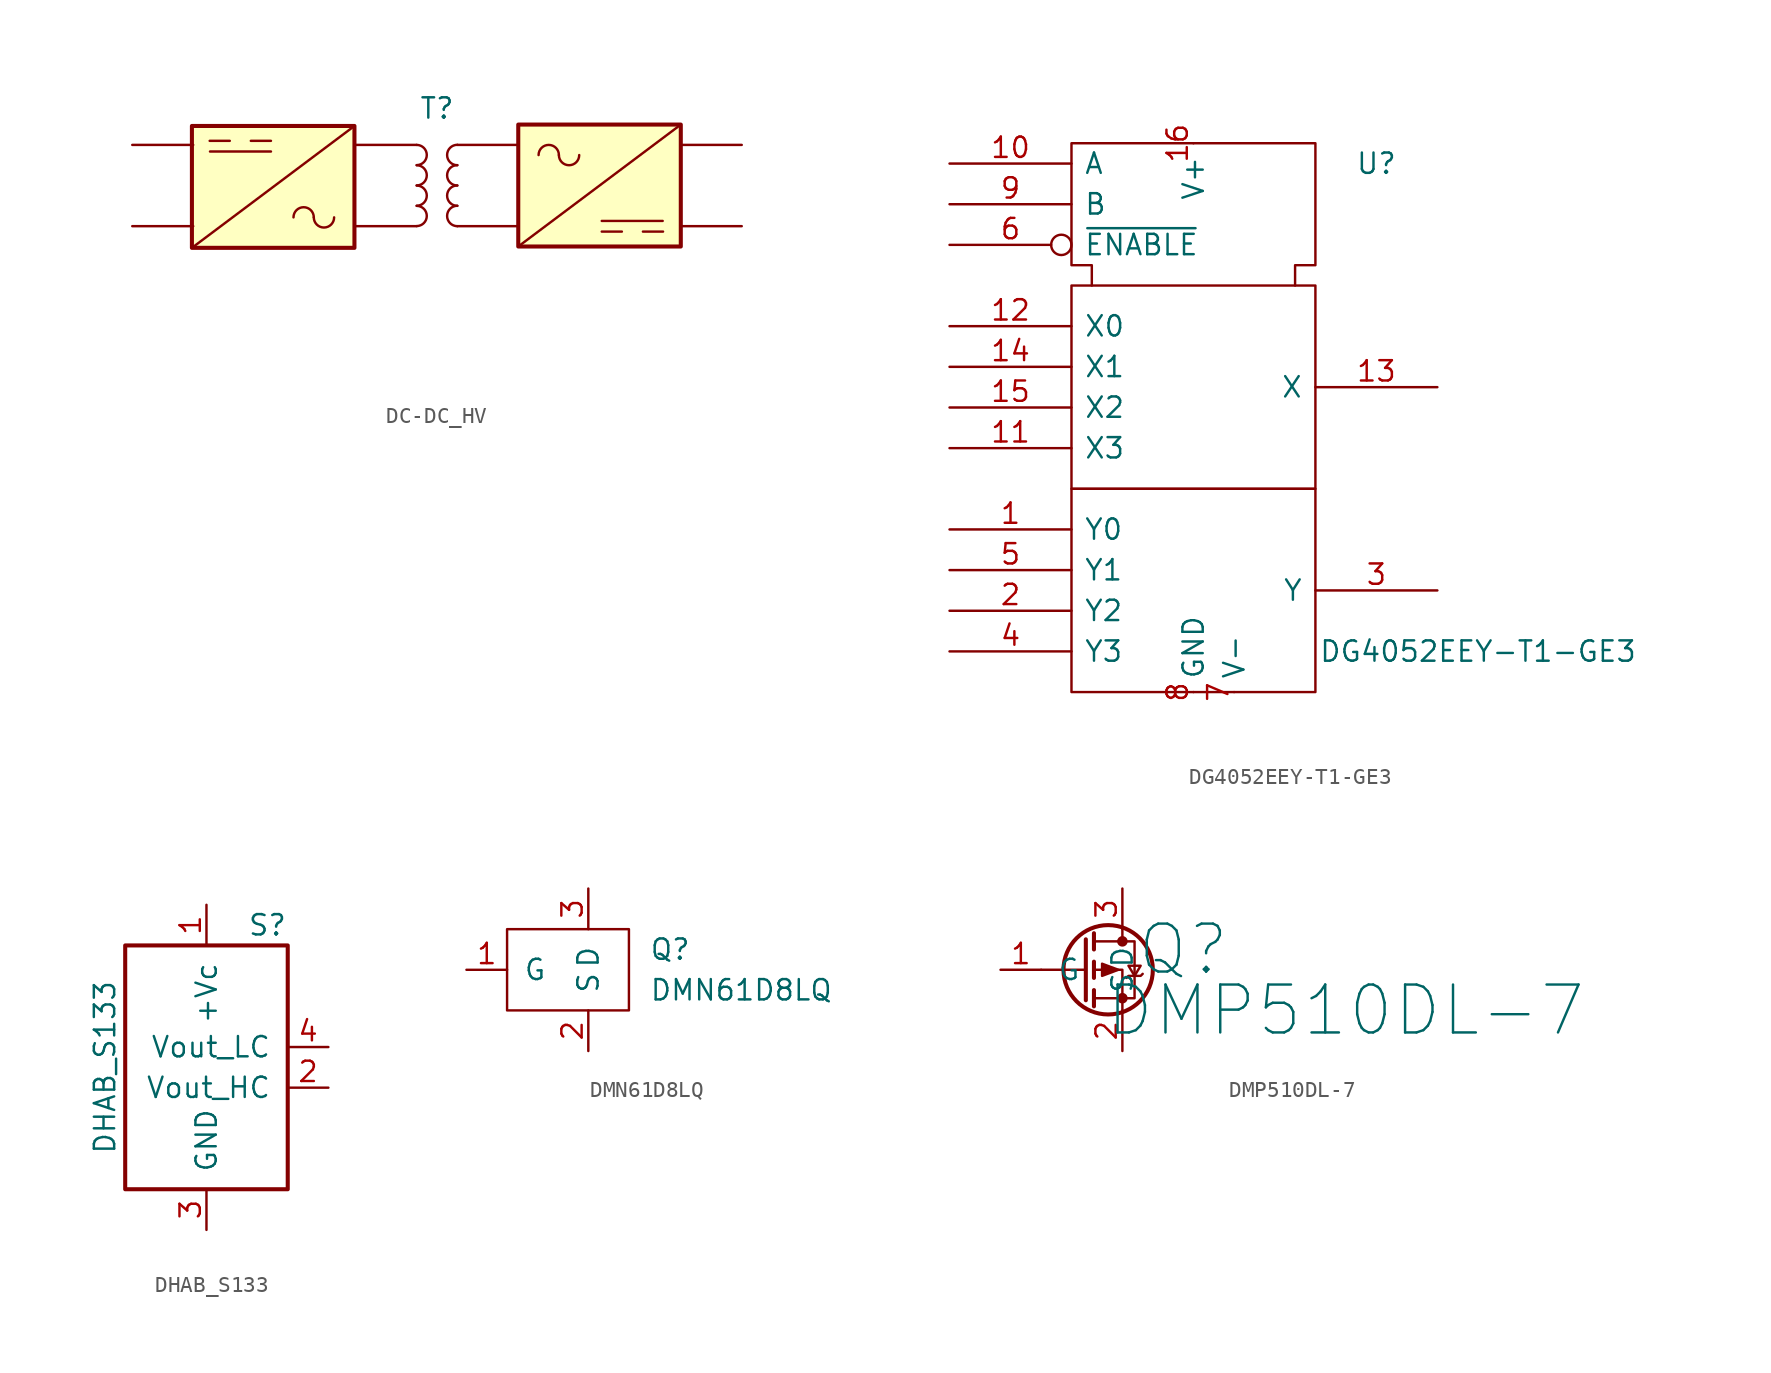
<source format=kicad_sym>
(kicad_symbol_lib
  (version 20231120)
  (generator "kicad_symbol_editor")
  (generator_version "8.0")
  (symbol "DC-DC_HV"
    (property "Reference" "T"
      (at 19.05 16.256 0)
      (effects (font (size 1.27 1.27))))
    (property "Value" ""
      (at 0 0 0)
      (effects (font (size 1.27 1.27))))
    (symbol "DC-DC_HV_0_0"
      (rectangle (start 3.729 15.155) (end 13.889 7.535) (stroke (width 0.254) (type default)) (fill (type background)))
      (rectangle (start 24.13 15.24) (end 34.29 7.62) (stroke (width 0.254) (type default)) (fill (type background))))
    (symbol "DC-DC_HV_0_1"
      (polyline (pts (xy 8.67 13.557) (xy 4.86 13.557)) (stroke (width 0) (type default)) (fill (type none)))
      (polyline (pts (xy 13.97 8.89) (xy 17.78 8.89)) (stroke (width 0) (type default)) (fill (type none)))
      (polyline (pts (xy 13.97 13.97) (xy 17.78 13.97)) (stroke (width 0) (type default)) (fill (type none)))
      (polyline (pts (xy 20.32 8.89) (xy 24.13 8.89)) (stroke (width 0) (type default)) (fill (type none)))
      (polyline (pts (xy 20.32 13.97) (xy 24.13 13.97)) (stroke (width 0) (type default)) (fill (type none)))
      (polyline (pts (xy 29.349 9.218) (xy 33.158 9.218)) (stroke (width 0) (type default)) (fill (type none)))
      (polyline (pts (xy 13.889 15.155) (xy 3.729 7.535) (xy 13.889 15.155)) (stroke (width 0) (type default)) (fill (type none)))
      (polyline (pts (xy 24.13 7.62) (xy 34.29 15.24) (xy 24.13 7.62)) (stroke (width 0) (type default)) (fill (type none)))
      (arc (start 11.3486 9.4399) (mid 10.7136 10.0749) (end 10.0786 9.4399) (stroke (width 0) (type default)) (fill (type none)))
      (arc (start 11.3486 9.4399) (mid 11.9836 8.8049) (end 12.6186 9.4399) (stroke (width 0) (type default)) (fill (type none)))
      (arc (start 17.78 8.89) (mid 18.415 9.525) (end 17.78 10.16) (stroke (width 0) (type default)) (fill (type none)))
      (arc (start 17.78 10.16) (mid 18.415 10.795) (end 17.78 11.43) (stroke (width 0) (type default)) (fill (type none)))
      (arc (start 17.78 11.43) (mid 18.415 12.065) (end 17.78 12.7) (stroke (width 0) (type default)) (fill (type none)))
      (arc (start 17.78 12.7) (mid 18.415 13.335) (end 17.78 13.97) (stroke (width 0) (type default)) (fill (type none)))
      (arc (start 20.32 10.16) (mid 19.685 9.525) (end 20.32 8.89) (stroke (width 0) (type default)) (fill (type none)))
      (arc (start 20.32 11.43) (mid 19.685 10.795) (end 20.32 10.16) (stroke (width 0) (type default)) (fill (type none)))
      (arc (start 20.32 12.7) (mid 19.685 12.065) (end 20.32 11.43) (stroke (width 0) (type default)) (fill (type none)))
      (arc (start 20.32 13.97) (mid 19.685 13.335) (end 20.32 12.7) (stroke (width 0) (type default)) (fill (type none)))
      (arc (start 26.67 13.335) (mid 26.035 13.97) (end 25.4 13.335) (stroke (width 0) (type default)) (fill (type none)))
      (arc (start 26.67 13.335) (mid 27.305 12.7) (end 27.94 13.335) (stroke (width 0) (type default)) (fill (type none))))
    (symbol "DC-DC_HV_1_0"
      (pin output line (at 0 8.89 0) (length 3.81) (name "" (effects (font (size 1.016 1.016)))) (number "" (effects (font (size 1.016 1.016)))))
      (pin output line (at 0 13.97 0) (length 3.81) (name "" (effects (font (size 1.016 1.016)))) (number "" (effects (font (size 1.016 1.016)))))
      (pin output line (at 38.1 8.89 180) (length 3.81) (name "" (effects (font (size 1.016 1.016)))) (number "" (effects (font (size 1.016 1.016)))))
      (pin output line (at 38.1 13.97 180) (length 3.81) (name "" (effects (font (size 1.016 1.016)))) (number "" (effects (font (size 1.016 1.016))))))
    (symbol "DC-DC_HV_1_1"
      (polyline (pts (xy 6.096 14.224) (xy 4.839 14.224)) (stroke (width 0) (type default)) (fill (type none)))
      (polyline (pts (xy 8.67 14.224) (xy 7.412 14.224)) (stroke (width 0) (type default)) (fill (type none)))
      (polyline (pts (xy 29.349 8.551) (xy 30.606 8.551)) (stroke (width 0) (type default)) (fill (type none)))
      (polyline (pts (xy 31.923 8.551) (xy 33.18 8.551)) (stroke (width 0) (type default)) (fill (type none)))))
  (symbol "DG4052EEY-T1-GE3"
    (pin_names
      (offset 0.762))
    (property "Reference" "U"
      (at 11.43 15.24 0)
      (effects (font (size 1.27 1.27))))
    (property "Value" "DG4052EEY-T1-GE3"
      (at 17.78 -15.24 0)
      (effects (font (size 1.27 1.27))))
    (symbol "DG4052EEY-T1-GE3_0_0"
      (pin power_in line (at 0 16.51 270) (length 0) (name "V+" (effects (font (size 1.27 1.27)))) (number "16" (effects (font (size 1.27 1.27)))))
      (pin power_in line (at 2.54 -17.78 90) (length 0) (name "V-" (effects (font (size 1.27 1.27)))) (number "7" (effects (font (size 1.27 1.27)))))
      (pin power_in line (at 0 -17.78 90) (length 0) (name "GND" (effects (font (size 1.27 1.27)))) (number "8" (effects (font (size 1.27 1.27))))))
    (symbol "DG4052EEY-T1-GE3_0_1"
      (rectangle (start -7.62 -5.08) (end 7.62 -17.78) (stroke (width 0) (type default)) (fill (type none)))
      (rectangle (start -7.62 7.62) (end 7.62 -5.08) (stroke (width 0) (type default)) (fill (type none)))
      (polyline (pts (xy -6.35 7.62) (xy -6.35 8.89) (xy -7.62 8.89) (xy -7.62 16.51) (xy 7.62 16.51) (xy 7.62 8.89) (xy 6.35 8.89) (xy 6.35 7.62) (xy 6.35 7.62)) (stroke (width 0) (type default)) (fill (type none))))
    (symbol "DG4052EEY-T1-GE3_1_1"
      (pin passive line (at -15.24 -7.62 0) (length 7.62) (name "Y0" (effects (font (size 1.27 1.27)))) (number "1" (effects (font (size 1.27 1.27)))))
      (pin input line (at -15.24 15.24 0) (length 7.62) (name "A" (effects (font (size 1.27 1.27)))) (number "10" (effects (font (size 1.27 1.27)))))
      (pin passive line (at -15.24 -2.54 0) (length 7.62) (name "X3" (effects (font (size 1.27 1.27)))) (number "11" (effects (font (size 1.27 1.27)))))
      (pin passive line (at -15.24 5.08 0) (length 7.62) (name "X0" (effects (font (size 1.27 1.27)))) (number "12" (effects (font (size 1.27 1.27)))))
      (pin passive line (at 15.24 1.27 180) (length 7.62) (name "X" (effects (font (size 1.27 1.27)))) (number "13" (effects (font (size 1.27 1.27)))))
      (pin passive line (at -15.24 2.54 0) (length 7.62) (name "X1" (effects (font (size 1.27 1.27)))) (number "14" (effects (font (size 1.27 1.27)))))
      (pin passive line (at -15.24 0 0) (length 7.62) (name "X2" (effects (font (size 1.27 1.27)))) (number "15" (effects (font (size 1.27 1.27)))))
      (pin passive line (at -15.24 -12.7 0) (length 7.62) (name "Y2" (effects (font (size 1.27 1.27)))) (number "2" (effects (font (size 1.27 1.27)))))
      (pin passive line (at 15.24 -11.43 180) (length 7.62) (name "Y" (effects (font (size 1.27 1.27)))) (number "3" (effects (font (size 1.27 1.27)))))
      (pin passive line (at -15.24 -15.24 0) (length 7.62) (name "Y3" (effects (font (size 1.27 1.27)))) (number "4" (effects (font (size 1.27 1.27)))))
      (pin passive line (at -15.24 -10.16 0) (length 7.62) (name "Y1" (effects (font (size 1.27 1.27)))) (number "5" (effects (font (size 1.27 1.27)))))
      (pin input inverted (at -15.24 10.16 0) (length 7.62) (name "~{ENABLE}" (effects (font (size 1.27 1.27)))) (number "6" (effects (font (size 1.27 1.27)))))
      (pin input line (at -15.24 12.7 0) (length 7.62) (name "B" (effects (font (size 1.27 1.27)))) (number "9" (effects (font (size 1.27 1.27)))))))
  (symbol "DHAB_S133"
    (pin_names
      (offset 1.016))
    (property "Reference" "S"
      (at 3.81 8.89 0)
      (effects (font (size 1.27 1.27))))
    (property "Value" "DHAB_S133"
      (at -6.35 0 90)
      (effects (font (size 1.27 1.27))))
    (symbol "DHAB_S133_1_1"
      (rectangle (start -5.08 7.62) (end 5.08 -7.62) (stroke (width 0.254) (type default)) (fill (type none)))
      (pin power_in line (at 0 10.16 270) (length 2.54) (name "+Vc" (effects (font (size 1.27 1.27)))) (number "1" (effects (font (size 1.27 1.27)))))
      (pin output line (at 7.62 -1.27 180) (length 2.54) (name "Vout_HC" (effects (font (size 1.27 1.27)))) (number "2" (effects (font (size 1.27 1.27)))))
      (pin power_in line (at 0 -10.16 90) (length 2.54) (name "GND" (effects (font (size 1.27 1.27)))) (number "3" (effects (font (size 1.27 1.27)))))
      (pin output line (at 7.62 1.27 180) (length 2.54) (name "Vout_LC" (effects (font (size 1.27 1.27)))) (number "4" (effects (font (size 1.27 1.27)))))))
  (symbol "DMN61D8LQ"
    (pin_names
      (offset 1.016))
    (property "Reference" "Q"
      (at 5.08 1.27 0)
      (effects (font (size 1.27 1.27)) (justify left)))
    (property "Value" "DMN61D8LQ"
      (at 5.08 -1.27 0)
      (effects (font (size 1.27 1.27)) (justify left)))
    (symbol "DMN61D8LQ_0_1"
      (rectangle (start -3.81 2.54) (end 3.81 -2.54) (stroke (width 0) (type default)) (fill (type none))))
    (symbol "DMN61D8LQ_1_1"
      (pin power_in line (at -6.35 0 0) (length 2.54) (name "G" (effects (font (size 1.27 1.27)))) (number "1" (effects (font (size 1.27 1.27)))))
      (pin power_in line (at 1.27 -5.08 90) (length 2.54) (name "S" (effects (font (size 1.27 1.27)))) (number "2" (effects (font (size 1.27 1.27)))))
      (pin power_in line (at 1.27 5.08 270) (length 2.54) (name "D" (effects (font (size 1.27 1.27)))) (number "3" (effects (font (size 1.27 1.27)))))))
  (symbol "DMP510DL-7"
    (pin_names
      (offset 1.016))
    (property "Reference" "Q"
      (at 3.81 1.27 0)
      (effects (font (size 2.997 2.997))))
    (property "Value" "DMP510DL-7"
      (at 13.97 -2.54 0)
      (effects (font (size 2.997 2.997))))
    (symbol "DMP510DL-7_1_1"
      (circle (center -0.889 0) (radius 2.794) (stroke (width 0.254) (type default)) (fill (type none)))
      (circle (center 0 -1.778) (radius 0.254) (stroke (width 0) (type default)) (fill (type outline)))
      (polyline (pts (xy -2.286 0) (xy -5.08 0)) (stroke (width 0) (type default)) (fill (type none)))
      (polyline (pts (xy -2.286 1.905) (xy -2.286 -1.905)) (stroke (width 0.254) (type default)) (fill (type none)))
      (polyline (pts (xy -1.778 -1.27) (xy -1.778 -2.286)) (stroke (width 0.254) (type default)) (fill (type none)))
      (polyline (pts (xy -1.778 0.508) (xy -1.778 -0.508)) (stroke (width 0.254) (type default)) (fill (type none)))
      (polyline (pts (xy -1.778 2.286) (xy -1.778 1.27)) (stroke (width 0.254) (type default)) (fill (type none)))
      (polyline (pts (xy 0 2.54) (xy 0 1.778)) (stroke (width 0) (type default)) (fill (type none)))
      (polyline (pts (xy 0 -2.54) (xy 0 0) (xy -1.778 0)) (stroke (width 0) (type default)) (fill (type none)))
      (polyline (pts (xy -1.778 1.778) (xy 0.762 1.778) (xy 0.762 -1.778) (xy -1.778 -1.778)) (stroke (width 0) (type default)) (fill (type none)))
      (polyline (pts (xy -0.254 0) (xy -1.27 0.381) (xy -1.27 -0.381) (xy -0.254 0)) (stroke (width 0) (type default)) (fill (type outline)))
      (polyline (pts (xy 0.254 -0.508) (xy 0.381 -0.381) (xy 1.143 -0.381) (xy 1.27 -0.254)) (stroke (width 0) (type default)) (fill (type none)))
      (polyline (pts (xy 0.762 -0.381) (xy 0.381 0.254) (xy 1.143 0.254) (xy 0.762 -0.381)) (stroke (width 0) (type default)) (fill (type none)))
      (circle (center 0 1.778) (radius 0.254) (stroke (width 0) (type default)) (fill (type outline)))
      (pin input line (at -7.62 0 0) (length 2.54) (name "G" (effects (font (size 1.27 1.27)))) (number "1" (effects (font (size 1.27 1.27)))))
      (pin passive line (at 0 -5.08 90) (length 2.54) (name "S" (effects (font (size 1.27 1.27)))) (number "2" (effects (font (size 1.27 1.27)))))
      (pin passive line (at 0 5.08 270) (length 2.54) (name "D" (effects (font (size 1.27 1.27)))) (number "3" (effects (font (size 1.27 1.27))))))))
</source>
